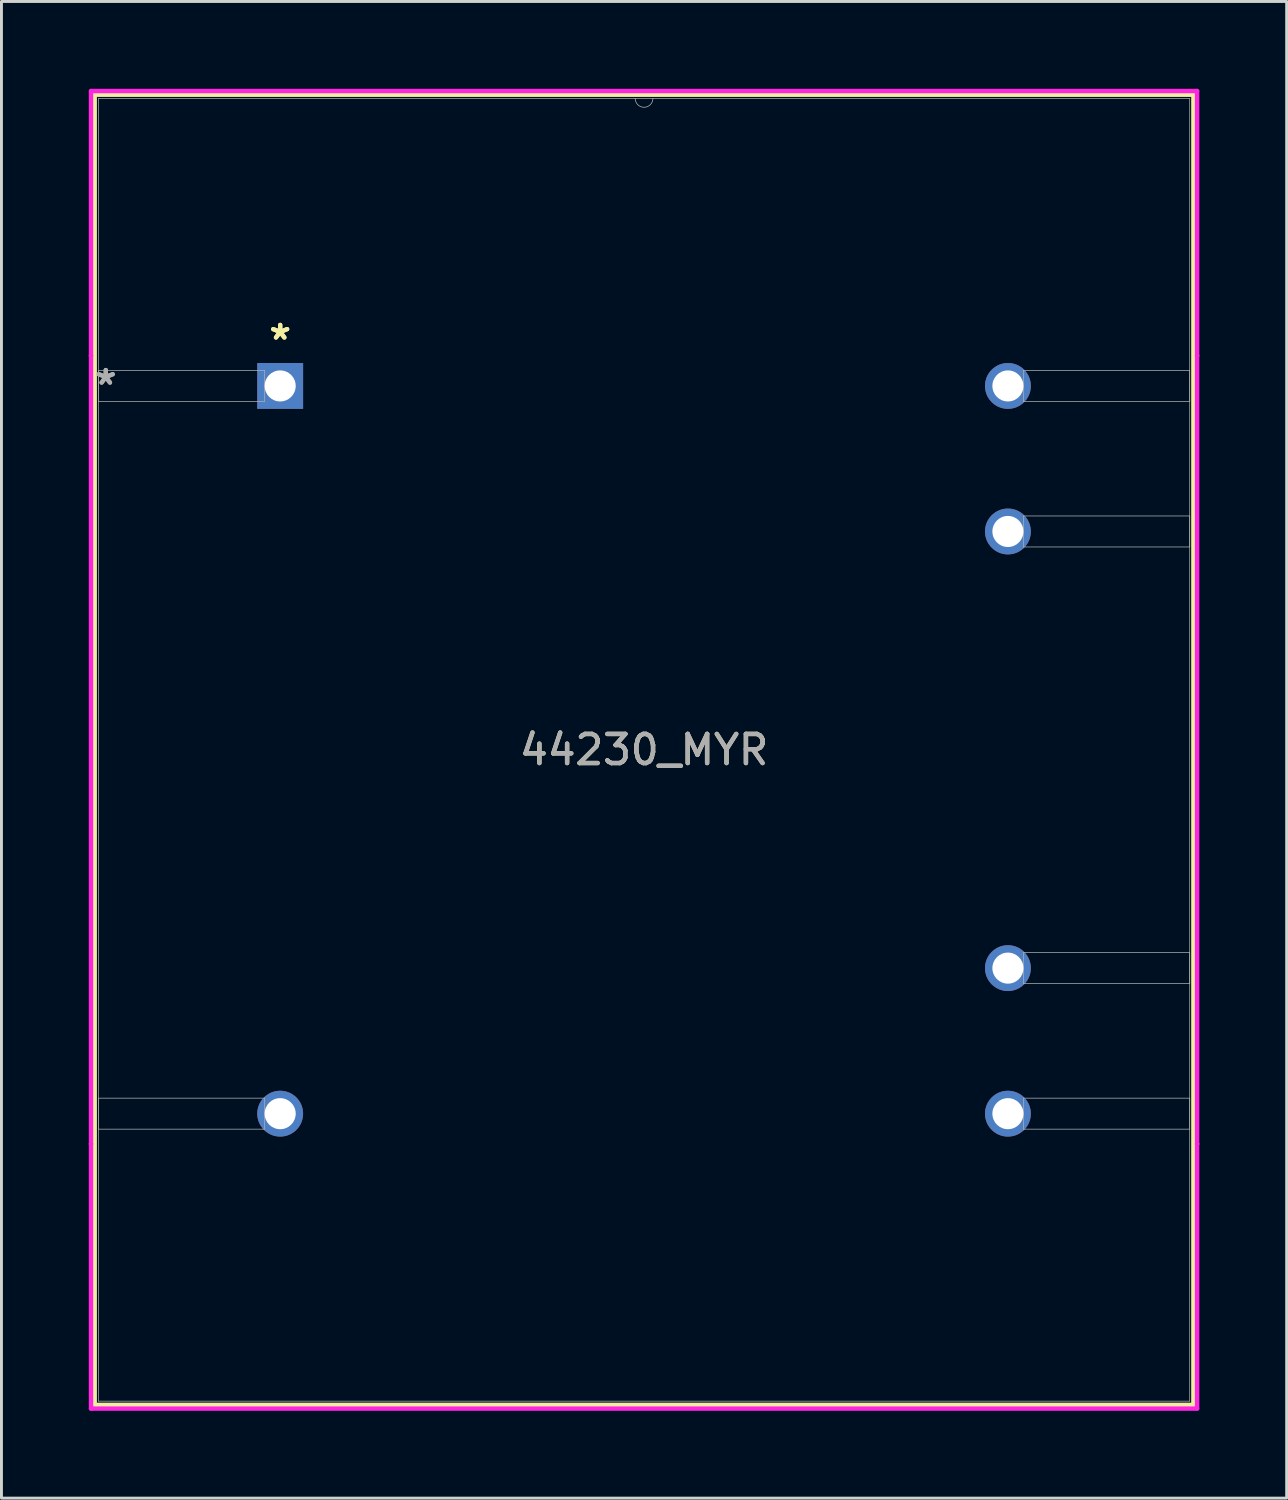
<source format=kicad_pcb>
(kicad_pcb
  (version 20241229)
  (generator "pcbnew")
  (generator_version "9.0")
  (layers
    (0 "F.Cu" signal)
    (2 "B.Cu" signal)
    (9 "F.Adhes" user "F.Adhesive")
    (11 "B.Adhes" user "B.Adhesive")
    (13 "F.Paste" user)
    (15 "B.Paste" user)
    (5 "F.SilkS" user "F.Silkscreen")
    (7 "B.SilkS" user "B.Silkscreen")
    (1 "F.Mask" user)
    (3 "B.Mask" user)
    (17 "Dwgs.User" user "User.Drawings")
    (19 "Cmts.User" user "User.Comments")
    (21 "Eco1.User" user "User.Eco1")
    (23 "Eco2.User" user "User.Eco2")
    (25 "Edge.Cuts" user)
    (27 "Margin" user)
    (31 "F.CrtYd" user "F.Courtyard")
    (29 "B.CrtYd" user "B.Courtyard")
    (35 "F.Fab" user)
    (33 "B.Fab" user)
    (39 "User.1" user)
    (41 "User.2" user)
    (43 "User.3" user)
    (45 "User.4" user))
  (footprint "44230_MYR"
    (layer "F.Cu")
    (at 6.575 10.208)
    (property "Reference" "44230_MYR" (at 12.5 12.5 0) (unlocked yes) (layer "F.SilkS") (effects (font (size 1 1) (thickness 0.15))))
    (attr through_hole)
    (fp_line (start -6.372 -10.004) (end -6.372 35.004) (stroke (width 0.152) (type solid)) (layer "F.SilkS"))
    (fp_line (start -6.372 35.004) (end 31.372 35.004) (stroke (width 0.152) (type solid)) (layer "F.SilkS"))
    (fp_line (start 31.372 -10.004) (end -6.372 -10.004) (stroke (width 0.152) (type solid)) (layer "F.SilkS"))
    (fp_line (start 31.372 35.004) (end 31.372 -10.004) (stroke (width 0.152) (type solid)) (layer "F.SilkS"))
    (fp_line (start -6.499 -10.131) (end 31.499 -10.131) (stroke (width 0.152) (type solid)) (layer "F.CrtYd"))
    (fp_line (start -6.499 -1.041) (end -6.499 -10.131) (stroke (width 0.152) (type solid)) (layer "F.CrtYd"))
    (fp_line (start -6.499 -1.041) (end -6.499 -1.041) (stroke (width 0.152) (type solid)) (layer "F.CrtYd"))
    (fp_line (start -6.499 26.041) (end -6.499 -1.041) (stroke (width 0.152) (type solid)) (layer "F.CrtYd"))
    (fp_line (start -6.499 26.041) (end -6.499 26.041) (stroke (width 0.152) (type solid)) (layer "F.CrtYd"))
    (fp_line (start -6.499 35.131) (end -6.499 26.041) (stroke (width 0.152) (type solid)) (layer "F.CrtYd"))
    (fp_line (start 31.499 -10.131) (end 31.499 -1.041) (stroke (width 0.152) (type solid)) (layer "F.CrtYd"))
    (fp_line (start 31.499 -1.041) (end 31.499 -1.041) (stroke (width 0.152) (type solid)) (layer "F.CrtYd"))
    (fp_line (start 31.499 -1.041) (end 31.499 26.041) (stroke (width 0.152) (type solid)) (layer "F.CrtYd"))
    (fp_line (start 31.499 26.041) (end 31.499 26.041) (stroke (width 0.152) (type solid)) (layer "F.CrtYd"))
    (fp_line (start 31.499 26.041) (end 31.499 35.131) (stroke (width 0.152) (type solid)) (layer "F.CrtYd"))
    (fp_line (start 31.499 35.131) (end -6.499 35.131) (stroke (width 0.152) (type solid)) (layer "F.CrtYd"))
    (fp_line (start -6.245 -9.877) (end -6.245 34.877) (stroke (width 0.025) (type solid)) (layer "F.Fab"))
    (fp_line (start -6.245 -0.533) (end -0.533 -0.533) (stroke (width 0.025) (type solid)) (layer "F.Fab"))
    (fp_line (start -6.245 0.533) (end -6.245 -0.533) (stroke (width 0.025) (type solid)) (layer "F.Fab"))
    (fp_line (start -6.245 24.467) (end -0.533 24.467) (stroke (width 0.025) (type solid)) (layer "F.Fab"))
    (fp_line (start -6.245 25.533) (end -6.245 24.467) (stroke (width 0.025) (type solid)) (layer "F.Fab"))
    (fp_line (start -6.245 34.877) (end 31.245 34.877) (stroke (width 0.025) (type solid)) (layer "F.Fab"))
    (fp_line (start -0.533 -0.533) (end -0.533 0.533) (stroke (width 0.025) (type solid)) (layer "F.Fab"))
    (fp_line (start -0.533 0.533) (end -6.245 0.533) (stroke (width 0.025) (type solid)) (layer "F.Fab"))
    (fp_line (start -0.533 24.467) (end -0.533 25.533) (stroke (width 0.025) (type solid)) (layer "F.Fab"))
    (fp_line (start -0.533 25.533) (end -6.245 25.533) (stroke (width 0.025) (type solid)) (layer "F.Fab"))
    (fp_line (start 25.533 -0.533) (end 31.245 -0.533) (stroke (width 0.025) (type solid)) (layer "F.Fab"))
    (fp_line (start 25.533 0.533) (end 25.533 -0.533) (stroke (width 0.025) (type solid)) (layer "F.Fab"))
    (fp_line (start 25.533 4.467) (end 31.245 4.467) (stroke (width 0.025) (type solid)) (layer "F.Fab"))
    (fp_line (start 25.533 5.533) (end 25.533 4.467) (stroke (width 0.025) (type solid)) (layer "F.Fab"))
    (fp_line (start 25.533 19.467) (end 31.245 19.467) (stroke (width 0.025) (type solid)) (layer "F.Fab"))
    (fp_line (start 25.533 20.533) (end 25.533 19.467) (stroke (width 0.025) (type solid)) (layer "F.Fab"))
    (fp_line (start 25.533 24.467) (end 31.245 24.467) (stroke (width 0.025) (type solid)) (layer "F.Fab"))
    (fp_line (start 25.533 25.533) (end 25.533 24.467) (stroke (width 0.025) (type solid)) (layer "F.Fab"))
    (fp_line (start 31.245 -9.877) (end -6.245 -9.877) (stroke (width 0.025) (type solid)) (layer "F.Fab"))
    (fp_line (start 31.245 -0.533) (end 31.245 0.533) (stroke (width 0.025) (type solid)) (layer "F.Fab"))
    (fp_line (start 31.245 0.533) (end 25.533 0.533) (stroke (width 0.025) (type solid)) (layer "F.Fab"))
    (fp_line (start 31.245 4.467) (end 31.245 5.533) (stroke (width 0.025) (type solid)) (layer "F.Fab"))
    (fp_line (start 31.245 5.533) (end 25.533 5.533) (stroke (width 0.025) (type solid)) (layer "F.Fab"))
    (fp_line (start 31.245 19.467) (end 31.245 20.533) (stroke (width 0.025) (type solid)) (layer "F.Fab"))
    (fp_line (start 31.245 20.533) (end 25.533 20.533) (stroke (width 0.025) (type solid)) (layer "F.Fab"))
    (fp_line (start 31.245 24.467) (end 31.245 25.533) (stroke (width 0.025) (type solid)) (layer "F.Fab"))
    (fp_line (start 31.245 25.533) (end 25.533 25.533) (stroke (width 0.025) (type solid)) (layer "F.Fab"))
    (fp_line (start 31.245 34.877) (end 31.245 -9.877) (stroke (width 0.025) (type solid)) (layer "F.Fab"))
    (fp_arc (start 12.804801 -9.877399) (mid 12.500001 -9.572599) (end 12.195201 -9.877399) (stroke (width 0.0254) (type solid)) (layer "F.Fab"))
    (fp_text user "*" (at 0 -1.549 0) (layer "F.SilkS") (effects (font (size 1 1) (thickness 0.15))))
    (fp_text user "*" (at 0 -1.549 0) (unlocked yes) (layer "F.SilkS") (effects (font (size 1 1) (thickness 0.15))))
    (fp_text user "*" (at -5.991 0 0) (layer "F.Fab") (effects (font (size 1 1) (thickness 0.15))))
    (fp_text user "*" (at -5.991 0 0) (unlocked yes) (layer "F.Fab") (effects (font (size 1 1) (thickness 0.15))))
    (fp_text user "${REFERENCE}" (at 12.5 12.5 0) (unlocked yes) (layer "F.Fab") (effects (font (size 1 1) (thickness 0.15))))
    (pad "1" thru_hole rect (at 0 0) (size 1.575 1.575) (drill 1.067) (layers "*.Cu" "*.Mask"))
    (pad "6" thru_hole circle (at 0 25) (size 1.575 1.575) (drill 1.067) (layers "*.Cu" "*.Mask"))
    (pad "7" thru_hole circle (at 25 25) (size 1.575 1.575) (drill 1.067) (layers "*.Cu" "*.Mask"))
    (pad "8" thru_hole circle (at 25 20) (size 1.575 1.575) (drill 1.067) (layers "*.Cu" "*.Mask"))
    (pad "11" thru_hole circle (at 25 5) (size 1.575 1.575) (drill 1.067) (layers "*.Cu" "*.Mask"))
    (pad "12" thru_hole circle (at 25 0) (size 1.575 1.575) (drill 1.067) (layers "*.Cu" "*.Mask")))
  (gr_rect
    (start -3 -3)
    (end 41.151 48.415)
    (stroke (width 0.1) (type default))
    (fill no)
    (layer "Edge.Cuts")))
</source>
